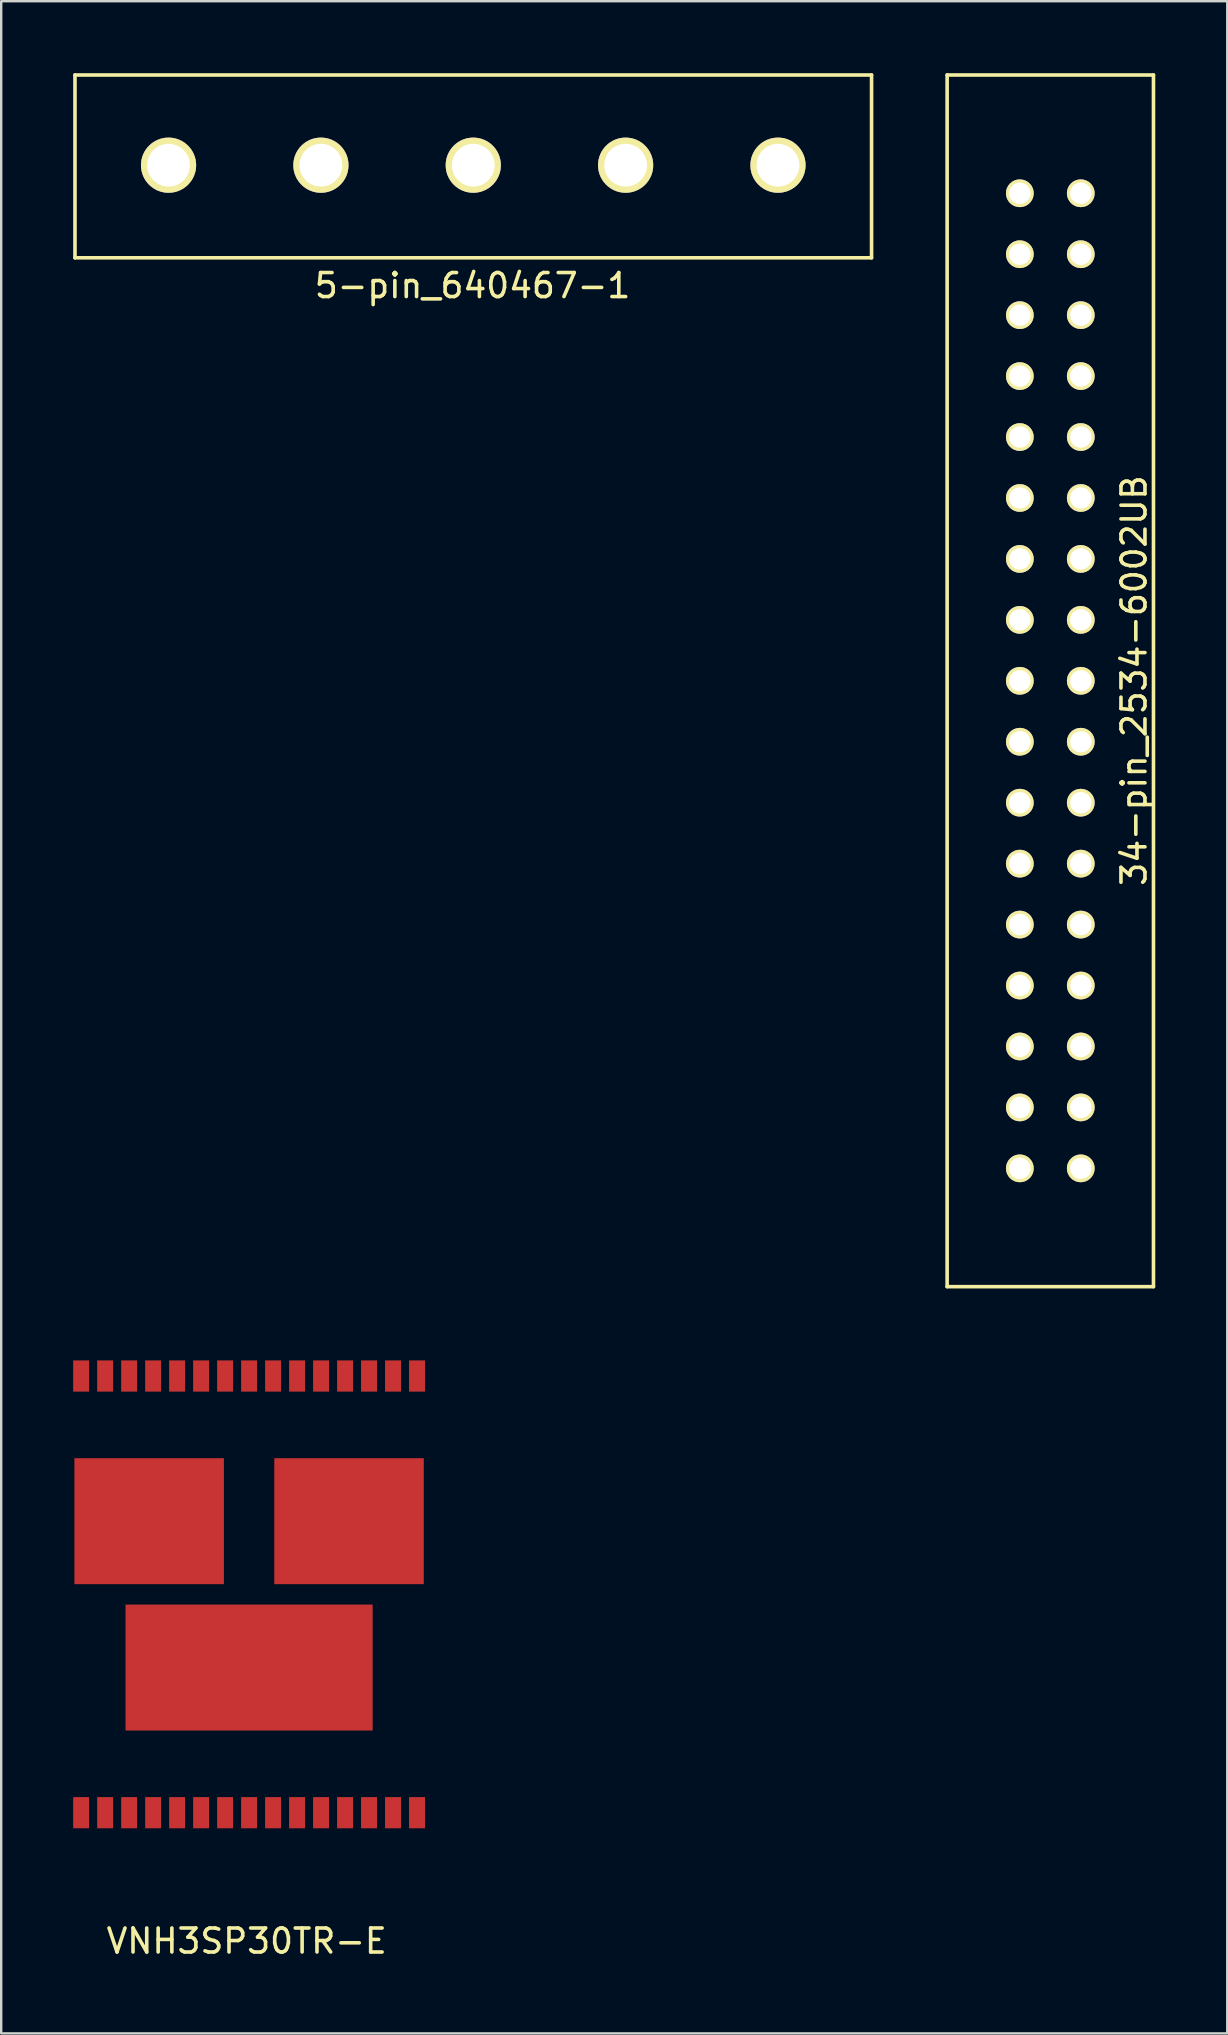
<source format=kicad_pcb>
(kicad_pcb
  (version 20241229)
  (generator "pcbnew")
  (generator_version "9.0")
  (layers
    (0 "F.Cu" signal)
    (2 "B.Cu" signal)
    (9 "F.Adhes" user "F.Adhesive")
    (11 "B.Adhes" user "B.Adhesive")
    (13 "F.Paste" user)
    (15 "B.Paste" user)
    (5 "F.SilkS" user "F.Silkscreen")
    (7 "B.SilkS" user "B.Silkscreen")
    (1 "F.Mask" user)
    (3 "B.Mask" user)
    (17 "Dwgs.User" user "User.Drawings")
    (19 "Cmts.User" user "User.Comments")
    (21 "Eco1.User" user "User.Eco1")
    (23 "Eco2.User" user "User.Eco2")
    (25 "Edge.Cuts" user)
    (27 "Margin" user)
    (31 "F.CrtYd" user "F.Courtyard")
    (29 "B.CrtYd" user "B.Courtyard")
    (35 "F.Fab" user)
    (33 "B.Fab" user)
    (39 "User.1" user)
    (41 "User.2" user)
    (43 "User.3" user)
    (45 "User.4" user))
  (footprint "5-pin_640467-1"
    (layer "F.Cu")
    (at 16.675 3.885)
    (property "Reference" "5-pin_640467-1" (at -0.03 4.97 0) (layer "F.SilkS") (effects (font (size 1 1) (thickness 0.15))))
    (attr through_hole)
    (fp_line (start -16.6 -3.81) (end 16.6 -3.81) (stroke (width 0.15) (type solid)) (layer "F.SilkS"))
    (fp_line (start -16.6 3.81) (end -16.6 -3.81) (stroke (width 0.15) (type solid)) (layer "F.SilkS"))
    (fp_line (start 16.6 -3.81) (end 16.6 3.81) (stroke (width 0.15) (type solid)) (layer "F.SilkS"))
    (fp_line (start 16.6 3.81) (end -16.6 3.81) (stroke (width 0.15) (type solid)) (layer "F.SilkS"))
    (pad "1" thru_hole circle (at -12.7 -0.05) (size 2.3 2.3) (drill 1.78) (layers "*.Cu" "*.Mask" "F.SilkS"))
    (pad "2" thru_hole circle (at -6.35 -0.05) (size 2.3 2.3) (drill 1.78) (layers "*.Cu" "*.Mask" "F.SilkS"))
    (pad "3" thru_hole circle (at 0 -0.05) (size 2.3 2.3) (drill 1.78) (layers "*.Cu" "*.Mask" "F.SilkS"))
    (pad "4" thru_hole circle (at 6.35 -0.05) (size 2.3 2.3) (drill 1.78) (layers "*.Cu" "*.Mask" "F.SilkS"))
    (pad "5" thru_hole circle (at 12.7 -0.05) (size 2.3 2.3) (drill 1.78) (layers "*.Cu" "*.Mask" "F.SilkS")))
  (footprint "VNH3SP30TR-E"
    (layer "F.Cu")
    (at 7.332 63.4)
    (property "Reference" "VNH3SP30TR-E" (at -0.1 14.45 0) (layer "F.SilkS") (effects (font (size 1 1) (thickness 0.15))))
    (attr through_hole)
    (pad "1" smd rect (at -7 9.1) (size 0.665 1.3) (layers "F.Cu" "F.Mask" "F.Paste"))
    (pad "2" smd rect (at -6 9.1) (size 0.665 1.3) (layers "F.Cu" "F.Mask" "F.Paste"))
    (pad "3" smd rect (at -5 9.1) (size 0.665 1.3) (layers "F.Cu" "F.Mask" "F.Paste"))
    (pad "4" smd rect (at -4 9.1) (size 0.665 1.3) (layers "F.Cu" "F.Mask" "F.Paste"))
    (pad "5" smd rect (at -3 9.1) (size 0.665 1.3) (layers "F.Cu" "F.Mask" "F.Paste"))
    (pad "6" smd rect (at -2 9.1) (size 0.665 1.3) (layers "F.Cu" "F.Mask" "F.Paste"))
    (pad "7" smd rect (at -1 9.1) (size 0.665 1.3) (layers "F.Cu" "F.Mask" "F.Paste"))
    (pad "8" smd rect (at 0 9.1) (size 0.665 1.3) (layers "F.Cu" "F.Mask" "F.Paste"))
    (pad "9" smd rect (at 1 9.1) (size 0.665 1.3) (layers "F.Cu" "F.Mask" "F.Paste"))
    (pad "10" smd rect (at 2 9.1) (size 0.665 1.3) (layers "F.Cu" "F.Mask" "F.Paste"))
    (pad "11" smd rect (at 3 9.1) (size 0.665 1.3) (layers "F.Cu" "F.Mask" "F.Paste"))
    (pad "12" smd rect (at 4 9.1) (size 0.665 1.3) (layers "F.Cu" "F.Mask" "F.Paste"))
    (pad "13" smd rect (at 5 9.1) (size 0.665 1.3) (layers "F.Cu" "F.Mask" "F.Paste"))
    (pad "14" smd rect (at 6 9.1) (size 0.665 1.3) (layers "F.Cu" "F.Mask" "F.Paste"))
    (pad "15" smd rect (at 7 9.1) (size 0.665 1.3) (layers "F.Cu" "F.Mask" "F.Paste"))
    (pad "16" smd rect (at 7 -9.1) (size 0.665 1.3) (layers "F.Cu" "F.Mask" "F.Paste"))
    (pad "17" smd rect (at 6 -9.1) (size 0.665 1.3) (layers "F.Cu" "F.Mask" "F.Paste"))
    (pad "18" smd rect (at 5 -9.1) (size 0.665 1.3) (layers "F.Cu" "F.Mask" "F.Paste"))
    (pad "19" smd rect (at 4 -9.1) (size 0.665 1.3) (layers "F.Cu" "F.Mask" "F.Paste"))
    (pad "20" smd rect (at 3 -9.1) (size 0.665 1.3) (layers "F.Cu" "F.Mask" "F.Paste"))
    (pad "21" smd rect (at 2 -9.1) (size 0.665 1.3) (layers "F.Cu" "F.Mask" "F.Paste"))
    (pad "22" smd rect (at 1 -9.1) (size 0.665 1.3) (layers "F.Cu" "F.Mask" "F.Paste"))
    (pad "23" smd rect (at 0 -9.1) (size 0.665 1.3) (layers "F.Cu" "F.Mask" "F.Paste"))
    (pad "24" smd rect (at -1 -9.1) (size 0.665 1.3) (layers "F.Cu" "F.Mask" "F.Paste"))
    (pad "25" smd rect (at -2 -9.1) (size 0.665 1.3) (layers "F.Cu" "F.Mask" "F.Paste"))
    (pad "26" smd rect (at -3 -9.1) (size 0.665 1.3) (layers "F.Cu" "F.Mask" "F.Paste"))
    (pad "27" smd rect (at -4 -9.1) (size 0.665 1.3) (layers "F.Cu" "F.Mask" "F.Paste"))
    (pad "28" smd rect (at -5 -9.1) (size 0.665 1.3) (layers "F.Cu" "F.Mask" "F.Paste"))
    (pad "29" smd rect (at -6 -9.1) (size 0.665 1.3) (layers "F.Cu" "F.Mask" "F.Paste"))
    (pad "30" smd rect (at -7 -9.1) (size 0.665 1.3) (layers "F.Cu" "F.Mask" "F.Paste"))
    (pad "31" smd rect (at -4.165 -3.05) (size 6.23 5.25) (layers "F.Cu" "F.Mask" "F.Paste"))
    (pad "32" smd rect (at 4.165 -3.05) (size 6.23 5.25) (layers "F.Cu" "F.Mask" "F.Paste"))
    (pad "33" smd rect (at 0 3.05) (size 10.3 5.25) (layers "F.Cu" "F.Mask" "F.Paste")))
  (footprint "34-pin_2534-6002UB"
    (layer "F.Cu")
    (at 40.725 25.325)
    (property "Reference" "34-pin_2534-6002UB" (at 3.49 -0.01 90) (layer "F.SilkS") (effects (font (size 1 1) (thickness 0.15))))
    (attr through_hole)
    (fp_line (start -4.3 -25.25) (end 4.3 -25.25) (stroke (width 0.15) (type solid)) (layer "F.SilkS"))
    (fp_line (start -4.3 25.25) (end -4.3 -25.25) (stroke (width 0.15) (type solid)) (layer "F.SilkS"))
    (fp_line (start 4.3 -25.25) (end 4.3 25.25) (stroke (width 0.15) (type solid)) (layer "F.SilkS"))
    (fp_line (start 4.3 25.25) (end -4.3 25.25) (stroke (width 0.15) (type solid)) (layer "F.SilkS"))
    (pad "1" thru_hole circle (at -1.27 -20.32) (size 1.157 1.157) (drill 0.89) (layers "*.Cu" "*.Mask" "F.SilkS"))
    (pad "2" thru_hole circle (at 1.27 -20.32) (size 1.157 1.157) (drill 0.89) (layers "*.Cu" "*.Mask" "F.SilkS"))
    (pad "3" thru_hole circle (at -1.27 -17.78) (size 1.157 1.157) (drill 0.89) (layers "*.Cu" "*.Mask" "F.SilkS"))
    (pad "4" thru_hole circle (at 1.27 -17.78) (size 1.157 1.157) (drill 0.89) (layers "*.Cu" "*.Mask" "F.SilkS"))
    (pad "5" thru_hole circle (at -1.27 -15.24) (size 1.157 1.157) (drill 0.89) (layers "*.Cu" "*.Mask" "F.SilkS"))
    (pad "6" thru_hole circle (at 1.27 -15.24) (size 1.157 1.157) (drill 0.89) (layers "*.Cu" "*.Mask" "F.SilkS"))
    (pad "7" thru_hole circle (at -1.27 -12.7) (size 1.157 1.157) (drill 0.89) (layers "*.Cu" "*.Mask" "F.SilkS"))
    (pad "8" thru_hole circle (at 1.27 -12.7) (size 1.157 1.157) (drill 0.89) (layers "*.Cu" "*.Mask" "F.SilkS"))
    (pad "9" thru_hole circle (at -1.27 -10.16) (size 1.157 1.157) (drill 0.89) (layers "*.Cu" "*.Mask" "F.SilkS"))
    (pad "10" thru_hole circle (at 1.27 -10.16) (size 1.157 1.157) (drill 0.89) (layers "*.Cu" "*.Mask" "F.SilkS"))
    (pad "11" thru_hole circle (at -1.27 -7.62) (size 1.157 1.157) (drill 0.89) (layers "*.Cu" "*.Mask" "F.SilkS"))
    (pad "12" thru_hole circle (at 1.27 -7.62) (size 1.157 1.157) (drill 0.89) (layers "*.Cu" "*.Mask" "F.SilkS"))
    (pad "13" thru_hole circle (at -1.27 -5.08) (size 1.157 1.157) (drill 0.89) (layers "*.Cu" "*.Mask" "F.SilkS"))
    (pad "14" thru_hole circle (at 1.27 -5.08) (size 1.157 1.157) (drill 0.89) (layers "*.Cu" "*.Mask" "F.SilkS"))
    (pad "15" thru_hole circle (at -1.27 -2.54) (size 1.157 1.157) (drill 0.89) (layers "*.Cu" "*.Mask" "F.SilkS"))
    (pad "16" thru_hole circle (at 1.27 -2.54) (size 1.157 1.157) (drill 0.89) (layers "*.Cu" "*.Mask" "F.SilkS"))
    (pad "17" thru_hole circle (at -1.27 0) (size 1.157 1.157) (drill 0.89) (layers "*.Cu" "*.Mask" "F.SilkS"))
    (pad "18" thru_hole circle (at 1.27 0) (size 1.157 1.157) (drill 0.89) (layers "*.Cu" "*.Mask" "F.SilkS"))
    (pad "19" thru_hole circle (at -1.27 2.54) (size 1.157 1.157) (drill 0.89) (layers "*.Cu" "*.Mask" "F.SilkS"))
    (pad "20" thru_hole circle (at 1.27 2.54) (size 1.157 1.157) (drill 0.89) (layers "*.Cu" "*.Mask" "F.SilkS"))
    (pad "21" thru_hole circle (at -1.27 5.08) (size 1.157 1.157) (drill 0.89) (layers "*.Cu" "*.Mask" "F.SilkS"))
    (pad "22" thru_hole circle (at 1.27 5.08) (size 1.157 1.157) (drill 0.89) (layers "*.Cu" "*.Mask" "F.SilkS"))
    (pad "23" thru_hole circle (at -1.27 7.62) (size 1.157 1.157) (drill 0.89) (layers "*.Cu" "*.Mask" "F.SilkS"))
    (pad "24" thru_hole circle (at 1.27 7.62) (size 1.157 1.157) (drill 0.89) (layers "*.Cu" "*.Mask" "F.SilkS"))
    (pad "25" thru_hole circle (at -1.27 10.16) (size 1.157 1.157) (drill 0.89) (layers "*.Cu" "*.Mask" "F.SilkS"))
    (pad "26" thru_hole circle (at 1.27 10.16) (size 1.157 1.157) (drill 0.89) (layers "*.Cu" "*.Mask" "F.SilkS"))
    (pad "27" thru_hole circle (at -1.27 12.7) (size 1.157 1.157) (drill 0.89) (layers "*.Cu" "*.Mask" "F.SilkS"))
    (pad "28" thru_hole circle (at 1.27 12.7) (size 1.157 1.157) (drill 0.89) (layers "*.Cu" "*.Mask" "F.SilkS"))
    (pad "29" thru_hole circle (at -1.27 15.24) (size 1.157 1.157) (drill 0.89) (layers "*.Cu" "*.Mask" "F.SilkS"))
    (pad "30" thru_hole circle (at 1.27 15.24) (size 1.157 1.157) (drill 0.89) (layers "*.Cu" "*.Mask" "F.SilkS"))
    (pad "31" thru_hole circle (at -1.27 17.78) (size 1.157 1.157) (drill 0.89) (layers "*.Cu" "*.Mask" "F.SilkS"))
    (pad "32" thru_hole circle (at 1.27 17.78) (size 1.157 1.157) (drill 0.89) (layers "*.Cu" "*.Mask" "F.SilkS"))
    (pad "33" thru_hole circle (at -1.27 20.32) (size 1.157 1.157) (drill 0.89) (layers "*.Cu" "*.Mask" "F.SilkS"))
    (pad "34" thru_hole circle (at 1.27 20.32) (size 1.157 1.157) (drill 0.89) (layers "*.Cu" "*.Mask" "F.SilkS")))
  (gr_rect
    (start -3 -3)
    (end 48.1 81.698)
    (stroke (width 0.1) (type default))
    (fill no)
    (layer "Edge.Cuts")))
</source>
